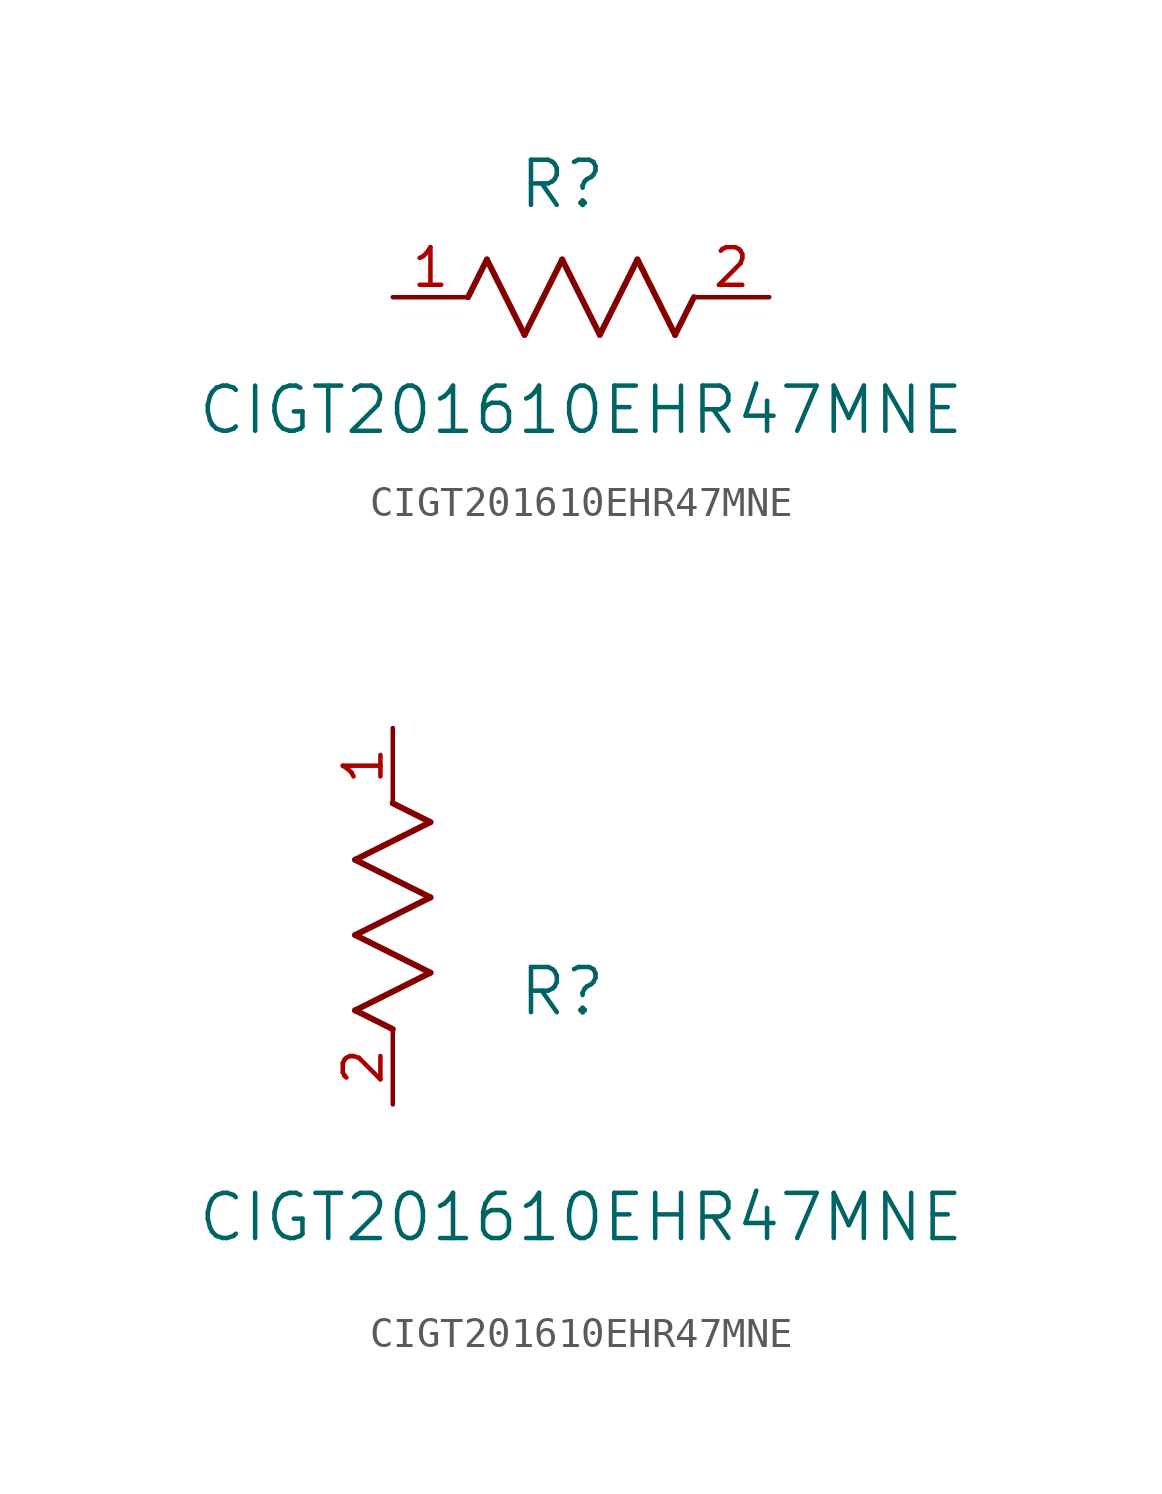
<source format=kicad_sym>
(kicad_symbol_lib
  (version 20211014)
  (generator kicad_symbol_editor)
  (symbol "CIGT201610EHR47MNE"
    (pin_names
      (offset 0.254))
    (property "Reference" "R"
      (at 5.715 3.81 0)
      (effects (font (size 1.524 1.524))))
    (property "Value" "CIGT201610EHR47MNE"
      (at 6.35 -3.81 0)
      (effects (font (size 1.524 1.524))))
    (symbol "CIGT201610EHR47MNE_1_1"
      (polyline (pts (xy 3.175 1.27) (xy 4.445 -1.27)) (stroke (width 0.203) (type default) (color 0 0 0 0)) (fill (type none)))
      (polyline (pts (xy 4.445 -1.27) (xy 5.715 1.27)) (stroke (width 0.203) (type default) (color 0 0 0 0)) (fill (type none)))
      (polyline (pts (xy 5.715 1.27) (xy 6.985 -1.27)) (stroke (width 0.203) (type default) (color 0 0 0 0)) (fill (type none)))
      (polyline (pts (xy 6.985 -1.27) (xy 8.255 1.27)) (stroke (width 0.203) (type default) (color 0 0 0 0)) (fill (type none)))
      (polyline (pts (xy 8.255 1.27) (xy 9.525 -1.27)) (stroke (width 0.203) (type default) (color 0 0 0 0)) (fill (type none)))
      (polyline (pts (xy 2.54 0) (xy 3.175 1.27)) (stroke (width 0.203) (type default) (color 0 0 0 0)) (fill (type none)))
      (polyline (pts (xy 9.525 -1.27) (xy 10.16 0)) (stroke (width 0.203) (type default) (color 0 0 0 0)) (fill (type none)))
      (pin unspecified line (at 0 0 0) (length 2.54) (name "" (effects (font (size 1.27 1.27)))) (number "1" (effects (font (size 1.27 1.27)))))
      (pin unspecified line (at 12.7 0 180) (length 2.54) (name "" (effects (font (size 1.27 1.27)))) (number "2" (effects (font (size 1.27 1.27))))))
    (symbol "CIGT201610EHR47MNE_1_2"
      (polyline (pts (xy 0 2.54) (xy -1.27 3.175)) (stroke (width 0.203) (type default) (color 0 0 0 0)) (fill (type none)))
      (polyline (pts (xy -1.27 3.175) (xy 1.27 4.445)) (stroke (width 0.203) (type default) (color 0 0 0 0)) (fill (type none)))
      (polyline (pts (xy 1.27 4.445) (xy -1.27 5.715)) (stroke (width 0.203) (type default) (color 0 0 0 0)) (fill (type none)))
      (polyline (pts (xy -1.27 5.715) (xy 1.27 6.985)) (stroke (width 0.203) (type default) (color 0 0 0 0)) (fill (type none)))
      (polyline (pts (xy -1.27 8.255) (xy 1.27 9.525)) (stroke (width 0.203) (type default) (color 0 0 0 0)) (fill (type none)))
      (polyline (pts (xy 1.27 9.525) (xy 0 10.16)) (stroke (width 0.203) (type default) (color 0 0 0 0)) (fill (type none)))
      (polyline (pts (xy 1.27 6.985) (xy -1.27 8.255)) (stroke (width 0.203) (type default) (color 0 0 0 0)) (fill (type none)))
      (pin unspecified line (at 0 12.7 270) (length 2.54) (name "" (effects (font (size 1.27 1.27)))) (number "1" (effects (font (size 1.27 1.27)))))
      (pin unspecified line (at 0 0 90) (length 2.54) (name "" (effects (font (size 1.27 1.27)))) (number "2" (effects (font (size 1.27 1.27))))))))
</source>
